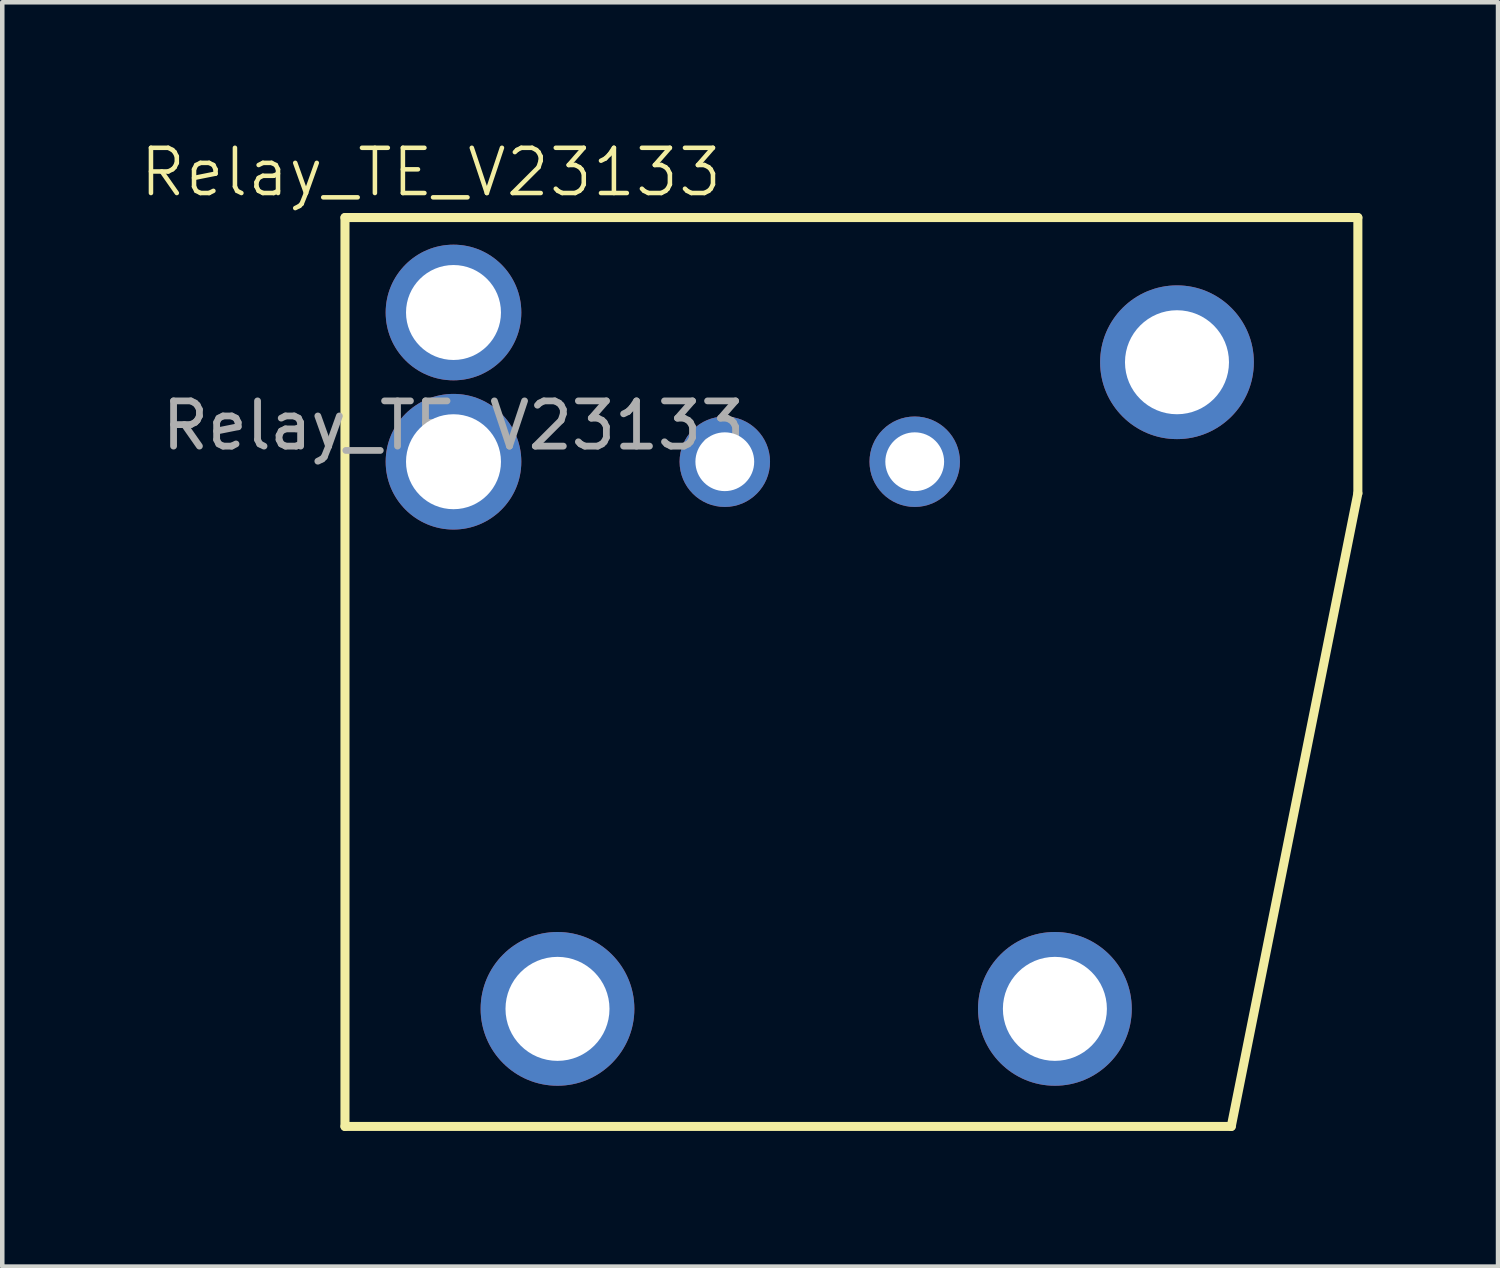
<source format=kicad_pcb>
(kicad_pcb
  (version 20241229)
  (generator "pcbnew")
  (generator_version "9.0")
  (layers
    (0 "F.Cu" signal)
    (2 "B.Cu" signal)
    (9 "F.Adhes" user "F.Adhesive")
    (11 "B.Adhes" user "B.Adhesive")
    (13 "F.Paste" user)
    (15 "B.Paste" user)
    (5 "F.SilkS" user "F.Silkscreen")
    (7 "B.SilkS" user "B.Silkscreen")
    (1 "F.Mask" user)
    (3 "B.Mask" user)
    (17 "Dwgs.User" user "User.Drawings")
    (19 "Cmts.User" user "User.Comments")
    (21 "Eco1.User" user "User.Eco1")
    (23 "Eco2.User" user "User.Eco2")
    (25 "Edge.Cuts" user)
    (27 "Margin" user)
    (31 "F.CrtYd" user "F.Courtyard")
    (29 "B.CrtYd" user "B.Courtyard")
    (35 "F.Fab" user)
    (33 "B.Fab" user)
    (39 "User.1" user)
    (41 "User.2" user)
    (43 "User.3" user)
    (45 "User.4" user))
  (footprint "Relay_TE_V23133"
    (layer "F.Cu")
    (at 6.979 3.861)
    (property "Reference" "Relay_TE_V23133" (at -0.5 -3.1 0) (unlocked yes) (layer "F.SilkS") (effects (font (size 1 1) (thickness 0.1))))
    (attr through_hole)
    (fp_line (start -2.4 -2.1) (end -2.4 18) (stroke (width 0.2) (type default)) (layer "F.SilkS"))
    (fp_line (start -2.4 18) (end 17.2 18) (stroke (width 0.2) (type default)) (layer "F.SilkS"))
    (fp_line (start 17.2 18) (end 20 4) (stroke (width 0.2) (type default)) (layer "F.SilkS"))
    (fp_line (start 20 -2.1) (end -2.4 -2.1) (stroke (width 0.2) (type default)) (layer "F.SilkS"))
    (fp_line (start 20 4) (end 20 -2.1) (stroke (width 0.2) (type default)) (layer "F.SilkS"))
    (fp_text user "${REFERENCE}" (at 0 2.5 0) (unlocked yes) (layer "F.Fab") (effects (font (size 1 1) (thickness 0.15))))
    (pad "1" thru_hole circle (at 6 3.3) (size 2 2) (drill 1.3) (layers "*.Cu" "*.Mask"))
    (pad "2" thru_hole circle (at 10.2 3.3) (size 2 2) (drill 1.3) (layers "*.Cu" "*.Mask"))
    (pad "3" thru_hole circle (at 0 0) (size 3 3) (drill 2.1) (layers "*.Cu" "*.Mask"))
    (pad "4" thru_hole circle (at 2.3 15.4) (size 3.4 3.4) (drill 2.3) (layers "*.Cu" "*.Mask"))
    (pad "4" thru_hole circle (at 13.3 15.4) (size 3.4 3.4) (drill 2.3) (layers "*.Cu" "*.Mask"))
    (pad "4" thru_hole circle (at 16 1.1) (size 3.4 3.4) (drill 2.3) (layers "*.Cu" "*.Mask"))
    (pad "5" thru_hole circle (at 0 3.3) (size 3 3) (drill 2.1) (layers "*.Cu" "*.Mask")))
  (gr_rect
    (start -3 -3)
    (end 30.079 24.96)
    (stroke (width 0.1) (type default))
    (fill no)
    (layer "Edge.Cuts")))
</source>
